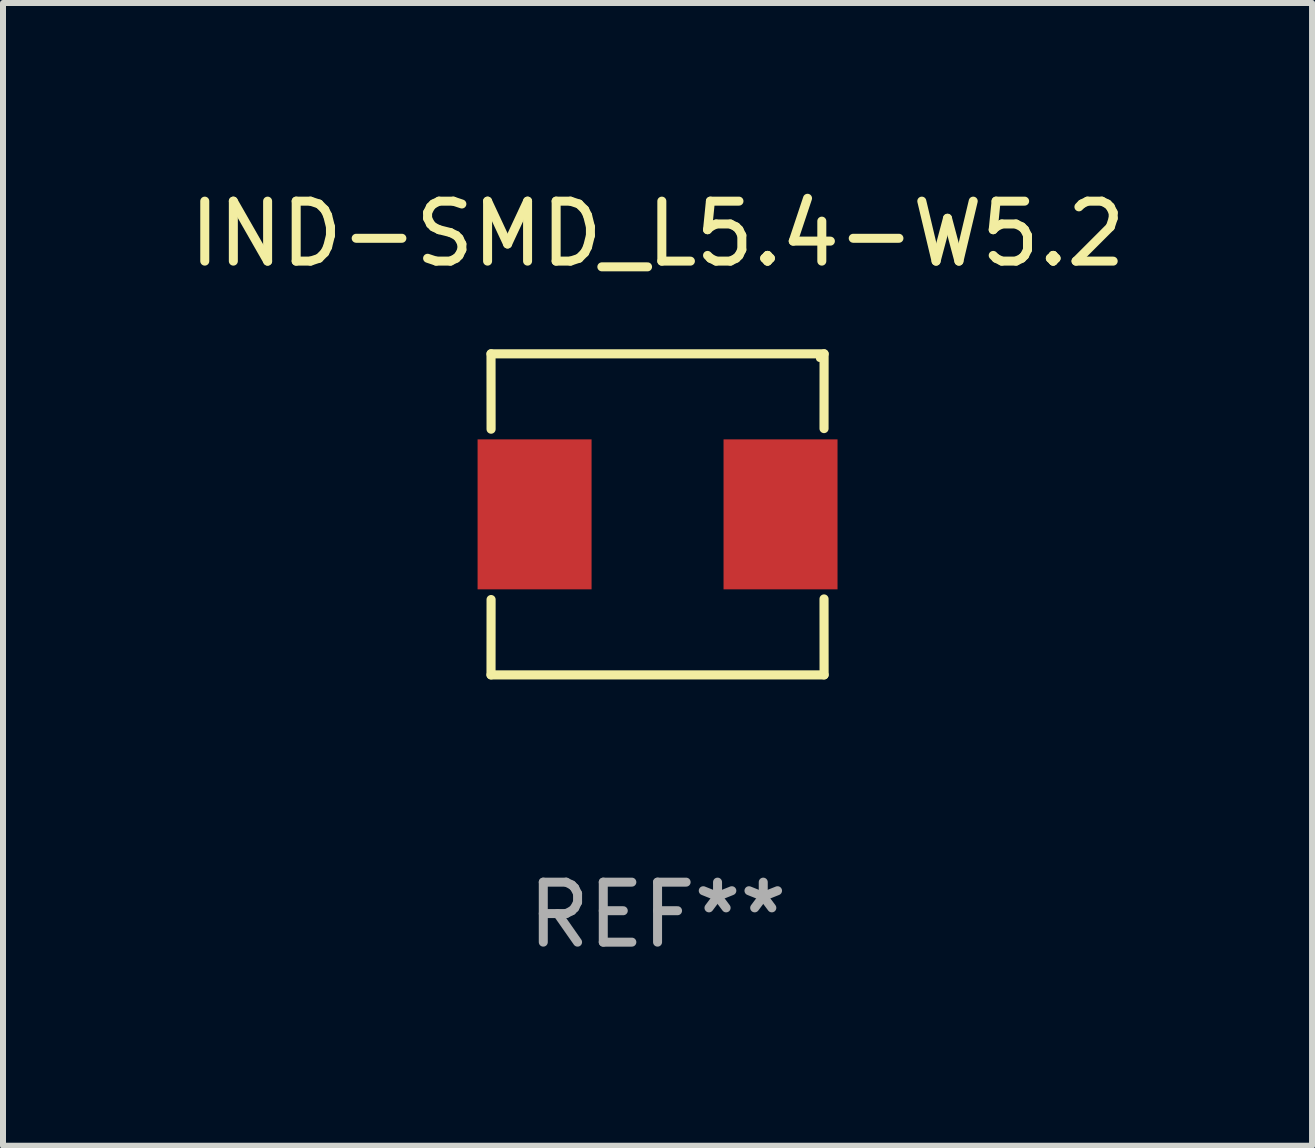
<source format=kicad_pcb>
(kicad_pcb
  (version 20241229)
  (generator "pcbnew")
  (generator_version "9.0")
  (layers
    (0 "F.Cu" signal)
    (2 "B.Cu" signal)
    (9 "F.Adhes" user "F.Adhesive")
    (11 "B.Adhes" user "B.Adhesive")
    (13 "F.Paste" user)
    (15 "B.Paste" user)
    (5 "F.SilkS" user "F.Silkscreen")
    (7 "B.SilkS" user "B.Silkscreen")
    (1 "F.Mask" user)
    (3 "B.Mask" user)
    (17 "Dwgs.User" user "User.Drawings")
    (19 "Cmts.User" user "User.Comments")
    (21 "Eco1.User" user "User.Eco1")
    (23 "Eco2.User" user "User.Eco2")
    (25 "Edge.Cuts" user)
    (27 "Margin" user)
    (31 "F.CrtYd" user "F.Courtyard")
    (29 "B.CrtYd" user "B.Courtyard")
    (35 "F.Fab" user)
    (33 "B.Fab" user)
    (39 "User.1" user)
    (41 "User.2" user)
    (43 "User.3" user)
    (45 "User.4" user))
  (footprint "IND-SMD_L5.4-W5.2"
    (layer "F.Cu")
    (at 7.911 5.524)
    (property "Reference" "IND-SMD_L5.4-W5.2" (at 0 -4.676 0) (layer "F.SilkS") (effects (font (size 1 1) (thickness 0.15))))
    (attr through_hole)
    (fp_line (start -2.776 -2.676) (end 2.776 -2.676) (stroke (width 0.152) (type solid)) (layer "F.SilkS"))
    (fp_line (start -2.776 2.676) (end 2.776 2.676) (stroke (width 0.152) (type solid)) (layer "F.SilkS"))
    (fp_line (start -2.775 -1.42) (end -2.776 -2.676) (stroke (width 0.152) (type solid)) (layer "F.SilkS"))
    (fp_line (start -2.775 1.42) (end -2.776 2.676) (stroke (width 0.152) (type solid)) (layer "F.SilkS"))
    (fp_line (start 2.776 -2.676) (end 2.775 -1.43) (stroke (width 0.152) (type solid)) (layer "F.SilkS"))
    (fp_line (start 2.776 2.676) (end 2.775 1.41) (stroke (width 0.152) (type solid)) (layer "F.SilkS"))
    (fp_circle (center 2.7 -2.6) (end 2.73 -2.6) (stroke (width 0.06) (type solid)) (fill no) (layer "F.SilkS"))
    (fp_text user "REF**" (at 0 6.676 0) (layer "F.Fab") (effects (font (size 1 1) (thickness 0.15))))
    (pad "1" smd rect (at 2.05 0) (size 1.9 2.5) (layers "F.Cu" "F.Mask" "F.Paste"))
    (pad "2" smd rect (at -2.05 0) (size 1.9 2.5) (layers "F.Cu" "F.Mask" "F.Paste")))
  (gr_rect
    (start -3 -3)
    (end 18.821 16.049)
    (stroke (width 0.1) (type default))
    (fill no)
    (layer "Edge.Cuts")))
</source>
